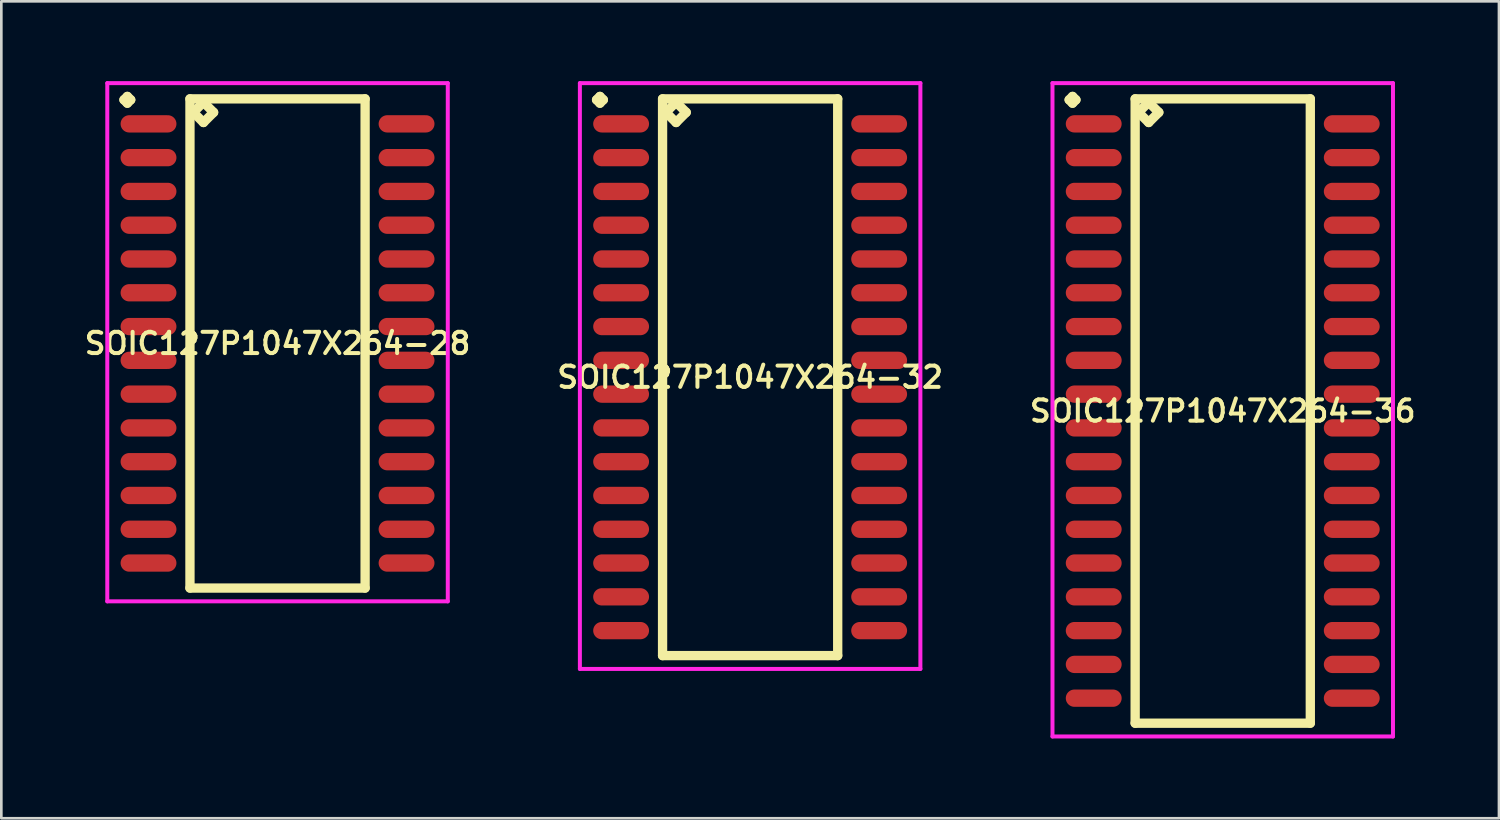
<source format=kicad_pcb>
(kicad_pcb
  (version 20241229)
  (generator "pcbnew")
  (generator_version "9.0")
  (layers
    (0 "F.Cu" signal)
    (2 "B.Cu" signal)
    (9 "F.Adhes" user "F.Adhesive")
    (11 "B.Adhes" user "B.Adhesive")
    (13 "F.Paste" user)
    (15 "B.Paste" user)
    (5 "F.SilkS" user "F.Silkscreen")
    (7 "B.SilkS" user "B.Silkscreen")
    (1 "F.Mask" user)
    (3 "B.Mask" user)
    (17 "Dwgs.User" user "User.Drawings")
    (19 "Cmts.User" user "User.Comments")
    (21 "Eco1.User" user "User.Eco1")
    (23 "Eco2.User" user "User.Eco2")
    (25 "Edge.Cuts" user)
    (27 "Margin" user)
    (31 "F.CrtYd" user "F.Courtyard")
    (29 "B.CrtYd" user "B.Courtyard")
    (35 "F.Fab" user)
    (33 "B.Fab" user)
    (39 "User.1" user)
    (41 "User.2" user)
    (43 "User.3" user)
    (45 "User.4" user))
  (footprint "SOIC127P1047X264-28"
    (layer "F.Cu")
    (at 7.383 9.861)
    (property "Reference" "SOIC127P1047X264-28" (at 0 0 0) (layer "F.SilkS") (effects (font (size 0.8 0.8) (thickness 0.15))))
    (attr smd)
    (fp_line (start -5.773 -9.159) (end -5.646 -9.286) (stroke (width 0.35) (type solid)) (layer "F.SilkS"))
    (fp_line (start -5.646 -9.286) (end -5.519 -9.159) (stroke (width 0.35) (type solid)) (layer "F.SilkS"))
    (fp_line (start -5.646 -9.032) (end -5.773 -9.159) (stroke (width 0.35) (type solid)) (layer "F.SilkS"))
    (fp_line (start -5.519 -9.159) (end -5.646 -9.032) (stroke (width 0.35) (type solid)) (layer "F.SilkS"))
    (fp_line (start -3.292 -9.195) (end -3.292 9.195) (stroke (width 0.35) (type solid)) (layer "F.SilkS"))
    (fp_line (start -3.292 9.195) (end 3.292 9.195) (stroke (width 0.35) (type solid)) (layer "F.SilkS"))
    (fp_line (start -3.165 -8.687) (end -2.784 -9.068) (stroke (width 0.35) (type solid)) (layer "F.SilkS"))
    (fp_line (start -2.784 -9.068) (end -2.403 -8.687) (stroke (width 0.35) (type solid)) (layer "F.SilkS"))
    (fp_line (start -2.784 -8.306) (end -3.165 -8.687) (stroke (width 0.35) (type solid)) (layer "F.SilkS"))
    (fp_line (start -2.403 -8.687) (end -2.784 -8.306) (stroke (width 0.35) (type solid)) (layer "F.SilkS"))
    (fp_line (start 3.292 -9.195) (end -3.292 -9.195) (stroke (width 0.35) (type solid)) (layer "F.SilkS"))
    (fp_line (start 3.292 9.195) (end 3.292 -9.195) (stroke (width 0.35) (type solid)) (layer "F.SilkS"))
    (fp_line (start -6.4 -9.786) (end 6.4 -9.786) (stroke (width 0.15) (type solid)) (layer "F.CrtYd"))
    (fp_line (start -6.4 9.695) (end -6.4 -9.786) (stroke (width 0.15) (type solid)) (layer "F.CrtYd"))
    (fp_line (start 6.4 -9.786) (end 6.4 9.695) (stroke (width 0.15) (type solid)) (layer "F.CrtYd"))
    (fp_line (start 6.4 9.695) (end -6.4 9.695) (stroke (width 0.15) (type solid)) (layer "F.CrtYd"))
    (pad "1" smd oval (at -4.85 -8.255) (size 2.1 0.65) (layers "F.Cu" "F.Mask" "F.Paste"))
    (pad "2" smd oval (at -4.85 -6.985) (size 2.1 0.65) (layers "F.Cu" "F.Mask" "F.Paste"))
    (pad "3" smd oval (at -4.85 -5.715) (size 2.1 0.65) (layers "F.Cu" "F.Mask" "F.Paste"))
    (pad "4" smd oval (at -4.85 -4.445) (size 2.1 0.65) (layers "F.Cu" "F.Mask" "F.Paste"))
    (pad "5" smd oval (at -4.85 -3.175) (size 2.1 0.65) (layers "F.Cu" "F.Mask" "F.Paste"))
    (pad "6" smd oval (at -4.85 -1.905) (size 2.1 0.65) (layers "F.Cu" "F.Mask" "F.Paste"))
    (pad "7" smd oval (at -4.85 -0.635) (size 2.1 0.65) (layers "F.Cu" "F.Mask" "F.Paste"))
    (pad "8" smd oval (at -4.85 0.635) (size 2.1 0.65) (layers "F.Cu" "F.Mask" "F.Paste"))
    (pad "9" smd oval (at -4.85 1.905) (size 2.1 0.65) (layers "F.Cu" "F.Mask" "F.Paste"))
    (pad "10" smd oval (at -4.85 3.175) (size 2.1 0.65) (layers "F.Cu" "F.Mask" "F.Paste"))
    (pad "11" smd oval (at -4.85 4.445) (size 2.1 0.65) (layers "F.Cu" "F.Mask" "F.Paste"))
    (pad "12" smd oval (at -4.85 5.715) (size 2.1 0.65) (layers "F.Cu" "F.Mask" "F.Paste"))
    (pad "13" smd oval (at -4.85 6.985) (size 2.1 0.65) (layers "F.Cu" "F.Mask" "F.Paste"))
    (pad "14" smd oval (at -4.85 8.255) (size 2.1 0.65) (layers "F.Cu" "F.Mask" "F.Paste"))
    (pad "15" smd oval (at 4.85 8.255) (size 2.1 0.65) (layers "F.Cu" "F.Mask" "F.Paste"))
    (pad "16" smd oval (at 4.85 6.985) (size 2.1 0.65) (layers "F.Cu" "F.Mask" "F.Paste"))
    (pad "17" smd oval (at 4.85 5.715) (size 2.1 0.65) (layers "F.Cu" "F.Mask" "F.Paste"))
    (pad "18" smd oval (at 4.85 4.445) (size 2.1 0.65) (layers "F.Cu" "F.Mask" "F.Paste"))
    (pad "19" smd oval (at 4.85 3.175) (size 2.1 0.65) (layers "F.Cu" "F.Mask" "F.Paste"))
    (pad "20" smd oval (at 4.85 1.905) (size 2.1 0.65) (layers "F.Cu" "F.Mask" "F.Paste"))
    (pad "21" smd oval (at 4.85 0.635) (size 2.1 0.65) (layers "F.Cu" "F.Mask" "F.Paste"))
    (pad "22" smd oval (at 4.85 -0.635) (size 2.1 0.65) (layers "F.Cu" "F.Mask" "F.Paste"))
    (pad "23" smd oval (at 4.85 -1.905) (size 2.1 0.65) (layers "F.Cu" "F.Mask" "F.Paste"))
    (pad "24" smd oval (at 4.85 -3.175) (size 2.1 0.65) (layers "F.Cu" "F.Mask" "F.Paste"))
    (pad "25" smd oval (at 4.85 -4.445) (size 2.1 0.65) (layers "F.Cu" "F.Mask" "F.Paste"))
    (pad "26" smd oval (at 4.85 -5.715) (size 2.1 0.65) (layers "F.Cu" "F.Mask" "F.Paste"))
    (pad "27" smd oval (at 4.85 -6.985) (size 2.1 0.65) (layers "F.Cu" "F.Mask" "F.Paste"))
    (pad "28" smd oval (at 4.85 -8.255) (size 2.1 0.65) (layers "F.Cu" "F.Mask" "F.Paste")))
  (footprint "SOIC127P1047X264-32"
    (layer "F.Cu")
    (at 25.149 11.131)
    (property "Reference" "SOIC127P1047X264-32" (at 0 0 0) (layer "F.SilkS") (effects (font (size 0.8 0.8) (thickness 0.15))))
    (attr smd)
    (fp_line (start -5.773 -10.429) (end -5.646 -10.556) (stroke (width 0.35) (type solid)) (layer "F.SilkS"))
    (fp_line (start -5.646 -10.556) (end -5.519 -10.429) (stroke (width 0.35) (type solid)) (layer "F.SilkS"))
    (fp_line (start -5.646 -10.302) (end -5.773 -10.429) (stroke (width 0.35) (type solid)) (layer "F.SilkS"))
    (fp_line (start -5.519 -10.429) (end -5.646 -10.302) (stroke (width 0.35) (type solid)) (layer "F.SilkS"))
    (fp_line (start -3.292 -10.465) (end -3.292 10.465) (stroke (width 0.35) (type solid)) (layer "F.SilkS"))
    (fp_line (start -3.292 10.465) (end 3.292 10.465) (stroke (width 0.35) (type solid)) (layer "F.SilkS"))
    (fp_line (start -3.165 -9.957) (end -2.784 -10.338) (stroke (width 0.35) (type solid)) (layer "F.SilkS"))
    (fp_line (start -2.784 -10.338) (end -2.403 -9.957) (stroke (width 0.35) (type solid)) (layer "F.SilkS"))
    (fp_line (start -2.784 -9.576) (end -3.165 -9.957) (stroke (width 0.35) (type solid)) (layer "F.SilkS"))
    (fp_line (start -2.403 -9.957) (end -2.784 -9.576) (stroke (width 0.35) (type solid)) (layer "F.SilkS"))
    (fp_line (start 3.292 -10.465) (end -3.292 -10.465) (stroke (width 0.35) (type solid)) (layer "F.SilkS"))
    (fp_line (start 3.292 10.465) (end 3.292 -10.465) (stroke (width 0.35) (type solid)) (layer "F.SilkS"))
    (fp_line (start -6.4 -11.056) (end 6.4 -11.056) (stroke (width 0.15) (type solid)) (layer "F.CrtYd"))
    (fp_line (start -6.4 10.965) (end -6.4 -11.056) (stroke (width 0.15) (type solid)) (layer "F.CrtYd"))
    (fp_line (start 6.4 -11.056) (end 6.4 10.965) (stroke (width 0.15) (type solid)) (layer "F.CrtYd"))
    (fp_line (start 6.4 10.965) (end -6.4 10.965) (stroke (width 0.15) (type solid)) (layer "F.CrtYd"))
    (pad "1" smd oval (at -4.85 -9.525) (size 2.1 0.65) (layers "F.Cu" "F.Mask" "F.Paste"))
    (pad "2" smd oval (at -4.85 -8.255) (size 2.1 0.65) (layers "F.Cu" "F.Mask" "F.Paste"))
    (pad "3" smd oval (at -4.85 -6.985) (size 2.1 0.65) (layers "F.Cu" "F.Mask" "F.Paste"))
    (pad "4" smd oval (at -4.85 -5.715) (size 2.1 0.65) (layers "F.Cu" "F.Mask" "F.Paste"))
    (pad "5" smd oval (at -4.85 -4.445) (size 2.1 0.65) (layers "F.Cu" "F.Mask" "F.Paste"))
    (pad "6" smd oval (at -4.85 -3.175) (size 2.1 0.65) (layers "F.Cu" "F.Mask" "F.Paste"))
    (pad "7" smd oval (at -4.85 -1.905) (size 2.1 0.65) (layers "F.Cu" "F.Mask" "F.Paste"))
    (pad "8" smd oval (at -4.85 -0.635) (size 2.1 0.65) (layers "F.Cu" "F.Mask" "F.Paste"))
    (pad "9" smd oval (at -4.85 0.635) (size 2.1 0.65) (layers "F.Cu" "F.Mask" "F.Paste"))
    (pad "10" smd oval (at -4.85 1.905) (size 2.1 0.65) (layers "F.Cu" "F.Mask" "F.Paste"))
    (pad "11" smd oval (at -4.85 3.175) (size 2.1 0.65) (layers "F.Cu" "F.Mask" "F.Paste"))
    (pad "12" smd oval (at -4.85 4.445) (size 2.1 0.65) (layers "F.Cu" "F.Mask" "F.Paste"))
    (pad "13" smd oval (at -4.85 5.715) (size 2.1 0.65) (layers "F.Cu" "F.Mask" "F.Paste"))
    (pad "14" smd oval (at -4.85 6.985) (size 2.1 0.65) (layers "F.Cu" "F.Mask" "F.Paste"))
    (pad "15" smd oval (at -4.85 8.255) (size 2.1 0.65) (layers "F.Cu" "F.Mask" "F.Paste"))
    (pad "16" smd oval (at -4.85 9.525) (size 2.1 0.65) (layers "F.Cu" "F.Mask" "F.Paste"))
    (pad "17" smd oval (at 4.85 9.525) (size 2.1 0.65) (layers "F.Cu" "F.Mask" "F.Paste"))
    (pad "18" smd oval (at 4.85 8.255) (size 2.1 0.65) (layers "F.Cu" "F.Mask" "F.Paste"))
    (pad "19" smd oval (at 4.85 6.985) (size 2.1 0.65) (layers "F.Cu" "F.Mask" "F.Paste"))
    (pad "20" smd oval (at 4.85 5.715) (size 2.1 0.65) (layers "F.Cu" "F.Mask" "F.Paste"))
    (pad "21" smd oval (at 4.85 4.445) (size 2.1 0.65) (layers "F.Cu" "F.Mask" "F.Paste"))
    (pad "22" smd oval (at 4.85 3.175) (size 2.1 0.65) (layers "F.Cu" "F.Mask" "F.Paste"))
    (pad "23" smd oval (at 4.85 1.905) (size 2.1 0.65) (layers "F.Cu" "F.Mask" "F.Paste"))
    (pad "24" smd oval (at 4.85 0.635) (size 2.1 0.65) (layers "F.Cu" "F.Mask" "F.Paste"))
    (pad "25" smd oval (at 4.85 -0.635) (size 2.1 0.65) (layers "F.Cu" "F.Mask" "F.Paste"))
    (pad "26" smd oval (at 4.85 -1.905) (size 2.1 0.65) (layers "F.Cu" "F.Mask" "F.Paste"))
    (pad "27" smd oval (at 4.85 -3.175) (size 2.1 0.65) (layers "F.Cu" "F.Mask" "F.Paste"))
    (pad "28" smd oval (at 4.85 -4.445) (size 2.1 0.65) (layers "F.Cu" "F.Mask" "F.Paste"))
    (pad "29" smd oval (at 4.85 -5.715) (size 2.1 0.65) (layers "F.Cu" "F.Mask" "F.Paste"))
    (pad "30" smd oval (at 4.85 -6.985) (size 2.1 0.65) (layers "F.Cu" "F.Mask" "F.Paste"))
    (pad "31" smd oval (at 4.85 -8.255) (size 2.1 0.65) (layers "F.Cu" "F.Mask" "F.Paste"))
    (pad "32" smd oval (at 4.85 -9.525) (size 2.1 0.65) (layers "F.Cu" "F.Mask" "F.Paste")))
  (footprint "SOIC127P1047X264-36"
    (layer "F.Cu")
    (at 42.915 12.401)
    (property "Reference" "SOIC127P1047X264-36" (at 0 0 0) (layer "F.SilkS") (effects (font (size 0.8 0.8) (thickness 0.15))))
    (attr smd)
    (fp_line (start -5.773 -11.699) (end -5.646 -11.826) (stroke (width 0.35) (type solid)) (layer "F.SilkS"))
    (fp_line (start -5.646 -11.826) (end -5.519 -11.699) (stroke (width 0.35) (type solid)) (layer "F.SilkS"))
    (fp_line (start -5.646 -11.572) (end -5.773 -11.699) (stroke (width 0.35) (type solid)) (layer "F.SilkS"))
    (fp_line (start -5.519 -11.699) (end -5.646 -11.572) (stroke (width 0.35) (type solid)) (layer "F.SilkS"))
    (fp_line (start -3.292 -11.735) (end -3.292 11.735) (stroke (width 0.35) (type solid)) (layer "F.SilkS"))
    (fp_line (start -3.292 11.735) (end 3.292 11.735) (stroke (width 0.35) (type solid)) (layer "F.SilkS"))
    (fp_line (start -3.165 -11.227) (end -2.784 -11.608) (stroke (width 0.35) (type solid)) (layer "F.SilkS"))
    (fp_line (start -2.784 -11.608) (end -2.403 -11.227) (stroke (width 0.35) (type solid)) (layer "F.SilkS"))
    (fp_line (start -2.784 -10.846) (end -3.165 -11.227) (stroke (width 0.35) (type solid)) (layer "F.SilkS"))
    (fp_line (start -2.403 -11.227) (end -2.784 -10.846) (stroke (width 0.35) (type solid)) (layer "F.SilkS"))
    (fp_line (start 3.292 -11.735) (end -3.292 -11.735) (stroke (width 0.35) (type solid)) (layer "F.SilkS"))
    (fp_line (start 3.292 11.735) (end 3.292 -11.735) (stroke (width 0.35) (type solid)) (layer "F.SilkS"))
    (fp_line (start -6.4 -12.326) (end 6.4 -12.326) (stroke (width 0.15) (type solid)) (layer "F.CrtYd"))
    (fp_line (start -6.4 12.235) (end -6.4 -12.326) (stroke (width 0.15) (type solid)) (layer "F.CrtYd"))
    (fp_line (start 6.4 -12.326) (end 6.4 12.235) (stroke (width 0.15) (type solid)) (layer "F.CrtYd"))
    (fp_line (start 6.4 12.235) (end -6.4 12.235) (stroke (width 0.15) (type solid)) (layer "F.CrtYd"))
    (pad "1" smd oval (at -4.85 -10.795) (size 2.1 0.65) (layers "F.Cu" "F.Mask" "F.Paste"))
    (pad "2" smd oval (at -4.85 -9.525) (size 2.1 0.65) (layers "F.Cu" "F.Mask" "F.Paste"))
    (pad "3" smd oval (at -4.85 -8.255) (size 2.1 0.65) (layers "F.Cu" "F.Mask" "F.Paste"))
    (pad "4" smd oval (at -4.85 -6.985) (size 2.1 0.65) (layers "F.Cu" "F.Mask" "F.Paste"))
    (pad "5" smd oval (at -4.85 -5.715) (size 2.1 0.65) (layers "F.Cu" "F.Mask" "F.Paste"))
    (pad "6" smd oval (at -4.85 -4.445) (size 2.1 0.65) (layers "F.Cu" "F.Mask" "F.Paste"))
    (pad "7" smd oval (at -4.85 -3.175) (size 2.1 0.65) (layers "F.Cu" "F.Mask" "F.Paste"))
    (pad "8" smd oval (at -4.85 -1.905) (size 2.1 0.65) (layers "F.Cu" "F.Mask" "F.Paste"))
    (pad "9" smd oval (at -4.85 -0.635) (size 2.1 0.65) (layers "F.Cu" "F.Mask" "F.Paste"))
    (pad "10" smd oval (at -4.85 0.635) (size 2.1 0.65) (layers "F.Cu" "F.Mask" "F.Paste"))
    (pad "11" smd oval (at -4.85 1.905) (size 2.1 0.65) (layers "F.Cu" "F.Mask" "F.Paste"))
    (pad "12" smd oval (at -4.85 3.175) (size 2.1 0.65) (layers "F.Cu" "F.Mask" "F.Paste"))
    (pad "13" smd oval (at -4.85 4.445) (size 2.1 0.65) (layers "F.Cu" "F.Mask" "F.Paste"))
    (pad "14" smd oval (at -4.85 5.715) (size 2.1 0.65) (layers "F.Cu" "F.Mask" "F.Paste"))
    (pad "15" smd oval (at -4.85 6.985) (size 2.1 0.65) (layers "F.Cu" "F.Mask" "F.Paste"))
    (pad "16" smd oval (at -4.85 8.255) (size 2.1 0.65) (layers "F.Cu" "F.Mask" "F.Paste"))
    (pad "17" smd oval (at -4.85 9.525) (size 2.1 0.65) (layers "F.Cu" "F.Mask" "F.Paste"))
    (pad "18" smd oval (at -4.85 10.795) (size 2.1 0.65) (layers "F.Cu" "F.Mask" "F.Paste"))
    (pad "19" smd oval (at 4.85 10.795) (size 2.1 0.65) (layers "F.Cu" "F.Mask" "F.Paste"))
    (pad "20" smd oval (at 4.85 9.525) (size 2.1 0.65) (layers "F.Cu" "F.Mask" "F.Paste"))
    (pad "21" smd oval (at 4.85 8.255) (size 2.1 0.65) (layers "F.Cu" "F.Mask" "F.Paste"))
    (pad "22" smd oval (at 4.85 6.985) (size 2.1 0.65) (layers "F.Cu" "F.Mask" "F.Paste"))
    (pad "23" smd oval (at 4.85 5.715) (size 2.1 0.65) (layers "F.Cu" "F.Mask" "F.Paste"))
    (pad "24" smd oval (at 4.85 4.445) (size 2.1 0.65) (layers "F.Cu" "F.Mask" "F.Paste"))
    (pad "25" smd oval (at 4.85 3.175) (size 2.1 0.65) (layers "F.Cu" "F.Mask" "F.Paste"))
    (pad "26" smd oval (at 4.85 1.905) (size 2.1 0.65) (layers "F.Cu" "F.Mask" "F.Paste"))
    (pad "27" smd oval (at 4.85 0.635) (size 2.1 0.65) (layers "F.Cu" "F.Mask" "F.Paste"))
    (pad "28" smd oval (at 4.85 -0.635) (size 2.1 0.65) (layers "F.Cu" "F.Mask" "F.Paste"))
    (pad "29" smd oval (at 4.85 -1.905) (size 2.1 0.65) (layers "F.Cu" "F.Mask" "F.Paste"))
    (pad "30" smd oval (at 4.85 -3.175) (size 2.1 0.65) (layers "F.Cu" "F.Mask" "F.Paste"))
    (pad "31" smd oval (at 4.85 -4.445) (size 2.1 0.65) (layers "F.Cu" "F.Mask" "F.Paste"))
    (pad "32" smd oval (at 4.85 -5.715) (size 2.1 0.65) (layers "F.Cu" "F.Mask" "F.Paste"))
    (pad "33" smd oval (at 4.85 -6.985) (size 2.1 0.65) (layers "F.Cu" "F.Mask" "F.Paste"))
    (pad "34" smd oval (at 4.85 -8.255) (size 2.1 0.65) (layers "F.Cu" "F.Mask" "F.Paste"))
    (pad "35" smd oval (at 4.85 -9.525) (size 2.1 0.65) (layers "F.Cu" "F.Mask" "F.Paste"))
    (pad "36" smd oval (at 4.85 -10.795) (size 2.1 0.65) (layers "F.Cu" "F.Mask" "F.Paste")))
  (gr_rect
    (start -3 -3)
    (end 53.299 27.711)
    (stroke (width 0.1) (type default))
    (fill no)
    (layer "Edge.Cuts")))
</source>
